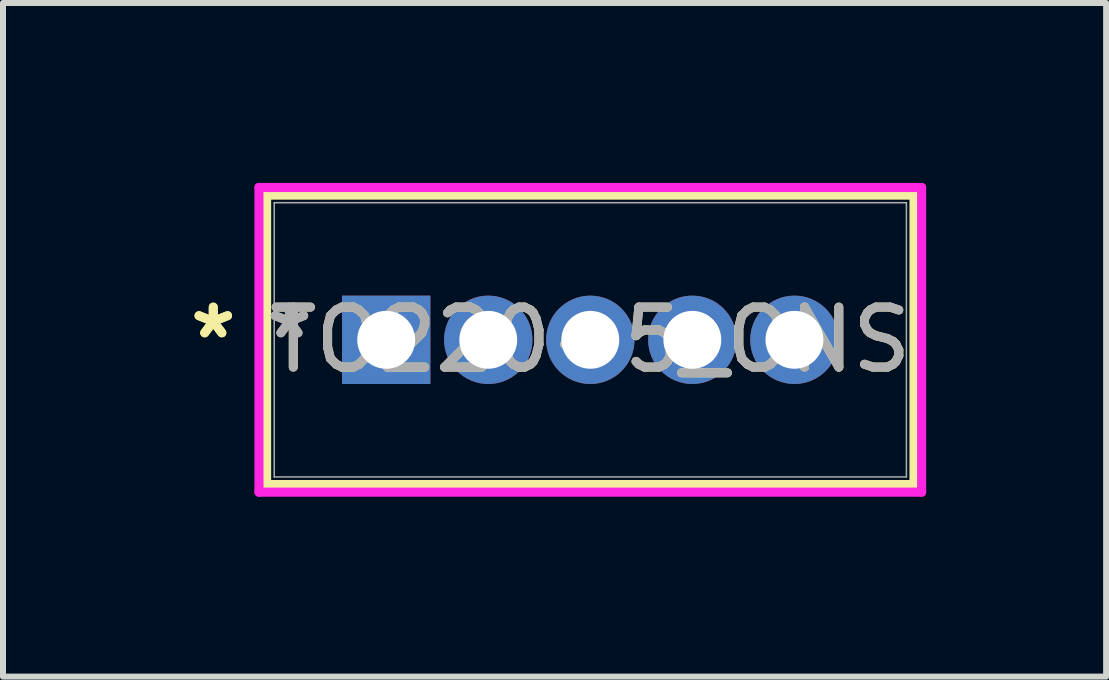
<source format=kicad_pcb>
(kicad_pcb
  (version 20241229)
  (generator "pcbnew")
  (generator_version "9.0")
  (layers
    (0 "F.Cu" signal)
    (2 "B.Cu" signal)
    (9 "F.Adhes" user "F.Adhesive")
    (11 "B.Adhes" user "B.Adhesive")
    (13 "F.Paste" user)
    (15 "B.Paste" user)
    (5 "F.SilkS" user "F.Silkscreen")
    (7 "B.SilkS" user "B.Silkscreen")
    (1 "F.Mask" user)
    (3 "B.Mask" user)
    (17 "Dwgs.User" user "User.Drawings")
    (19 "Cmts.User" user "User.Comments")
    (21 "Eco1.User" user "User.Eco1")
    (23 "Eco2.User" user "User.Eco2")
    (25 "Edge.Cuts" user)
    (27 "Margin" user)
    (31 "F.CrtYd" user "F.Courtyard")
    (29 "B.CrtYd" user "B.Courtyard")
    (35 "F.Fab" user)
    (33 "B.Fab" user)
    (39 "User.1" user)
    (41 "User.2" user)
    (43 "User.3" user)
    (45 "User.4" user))
  (footprint "TO220-5_ONS"
    (layer "F.Cu")
    (at 3.389 2.616)
    (property "Reference" "TO220-5_ONS" (at 3.404 0 0) (unlocked yes) (layer "F.SilkS") (effects (font (size 1 1) (thickness 0.15))))
    (attr through_hole)
    (fp_line (start -1.994 -2.413) (end -1.994 2.413) (stroke (width 0.152) (type solid)) (layer "F.SilkS"))
    (fp_line (start -1.994 2.413) (end 8.801 2.413) (stroke (width 0.152) (type solid)) (layer "F.SilkS"))
    (fp_line (start 8.801 -2.413) (end -1.994 -2.413) (stroke (width 0.152) (type solid)) (layer "F.SilkS"))
    (fp_line (start 8.801 2.413) (end 8.801 -2.413) (stroke (width 0.152) (type solid)) (layer "F.SilkS"))
    (fp_line (start -2.121 -2.54) (end 8.928 -2.54) (stroke (width 0.152) (type solid)) (layer "F.CrtYd"))
    (fp_line (start -2.121 2.54) (end -2.121 -2.54) (stroke (width 0.152) (type solid)) (layer "F.CrtYd"))
    (fp_line (start 8.928 -2.54) (end 8.928 2.54) (stroke (width 0.152) (type solid)) (layer "F.CrtYd"))
    (fp_line (start 8.928 2.54) (end -2.121 2.54) (stroke (width 0.152) (type solid)) (layer "F.CrtYd"))
    (fp_line (start -1.867 -2.286) (end -1.867 2.286) (stroke (width 0.025) (type solid)) (layer "F.Fab"))
    (fp_line (start -1.867 2.286) (end 8.674 2.286) (stroke (width 0.025) (type solid)) (layer "F.Fab"))
    (fp_line (start 8.674 -2.286) (end -1.867 -2.286) (stroke (width 0.025) (type solid)) (layer "F.Fab"))
    (fp_line (start 8.674 2.286) (end 8.674 -2.286) (stroke (width 0.025) (type solid)) (layer "F.Fab"))
    (fp_text user "*" (at -2.883 0 0) (unlocked yes) (layer "F.SilkS") (effects (font (size 1 1) (thickness 0.15))))
    (fp_text user "*" (at -2.883 0 0) (layer "F.SilkS") (effects (font (size 1 1) (thickness 0.15))))
    (fp_text user "*" (at -1.613 0 0) (layer "F.Fab") (effects (font (size 1 1) (thickness 0.15))))
    (fp_text user "${REFERENCE}" (at 3.404 0 0) (unlocked yes) (layer "F.Fab") (effects (font (size 1 1) (thickness 0.15))))
    (fp_text user "*" (at -1.613 0 0) (unlocked yes) (layer "F.Fab") (effects (font (size 1 1) (thickness 0.15))))
    (pad "1" thru_hole rect (at 0 0) (size 1.473 1.473) (drill 0.965) (layers "*.Cu" "*.Mask"))
    (pad "2" thru_hole circle (at 1.702 0) (size 1.473 1.473) (drill 0.965) (layers "*.Cu" "*.Mask"))
    (pad "3" thru_hole circle (at 3.404 0) (size 1.473 1.473) (drill 0.965) (layers "*.Cu" "*.Mask"))
    (pad "4" thru_hole circle (at 5.105 0) (size 1.473 1.473) (drill 0.965) (layers "*.Cu" "*.Mask"))
    (pad "5" thru_hole circle (at 6.807 0) (size 1.473 1.473) (drill 0.965) (layers "*.Cu" "*.Mask")))
  (gr_rect
    (start -3 -3)
    (end 15.393 8.232)
    (stroke (width 0.1) (type default))
    (fill no)
    (layer "Edge.Cuts")))
</source>
